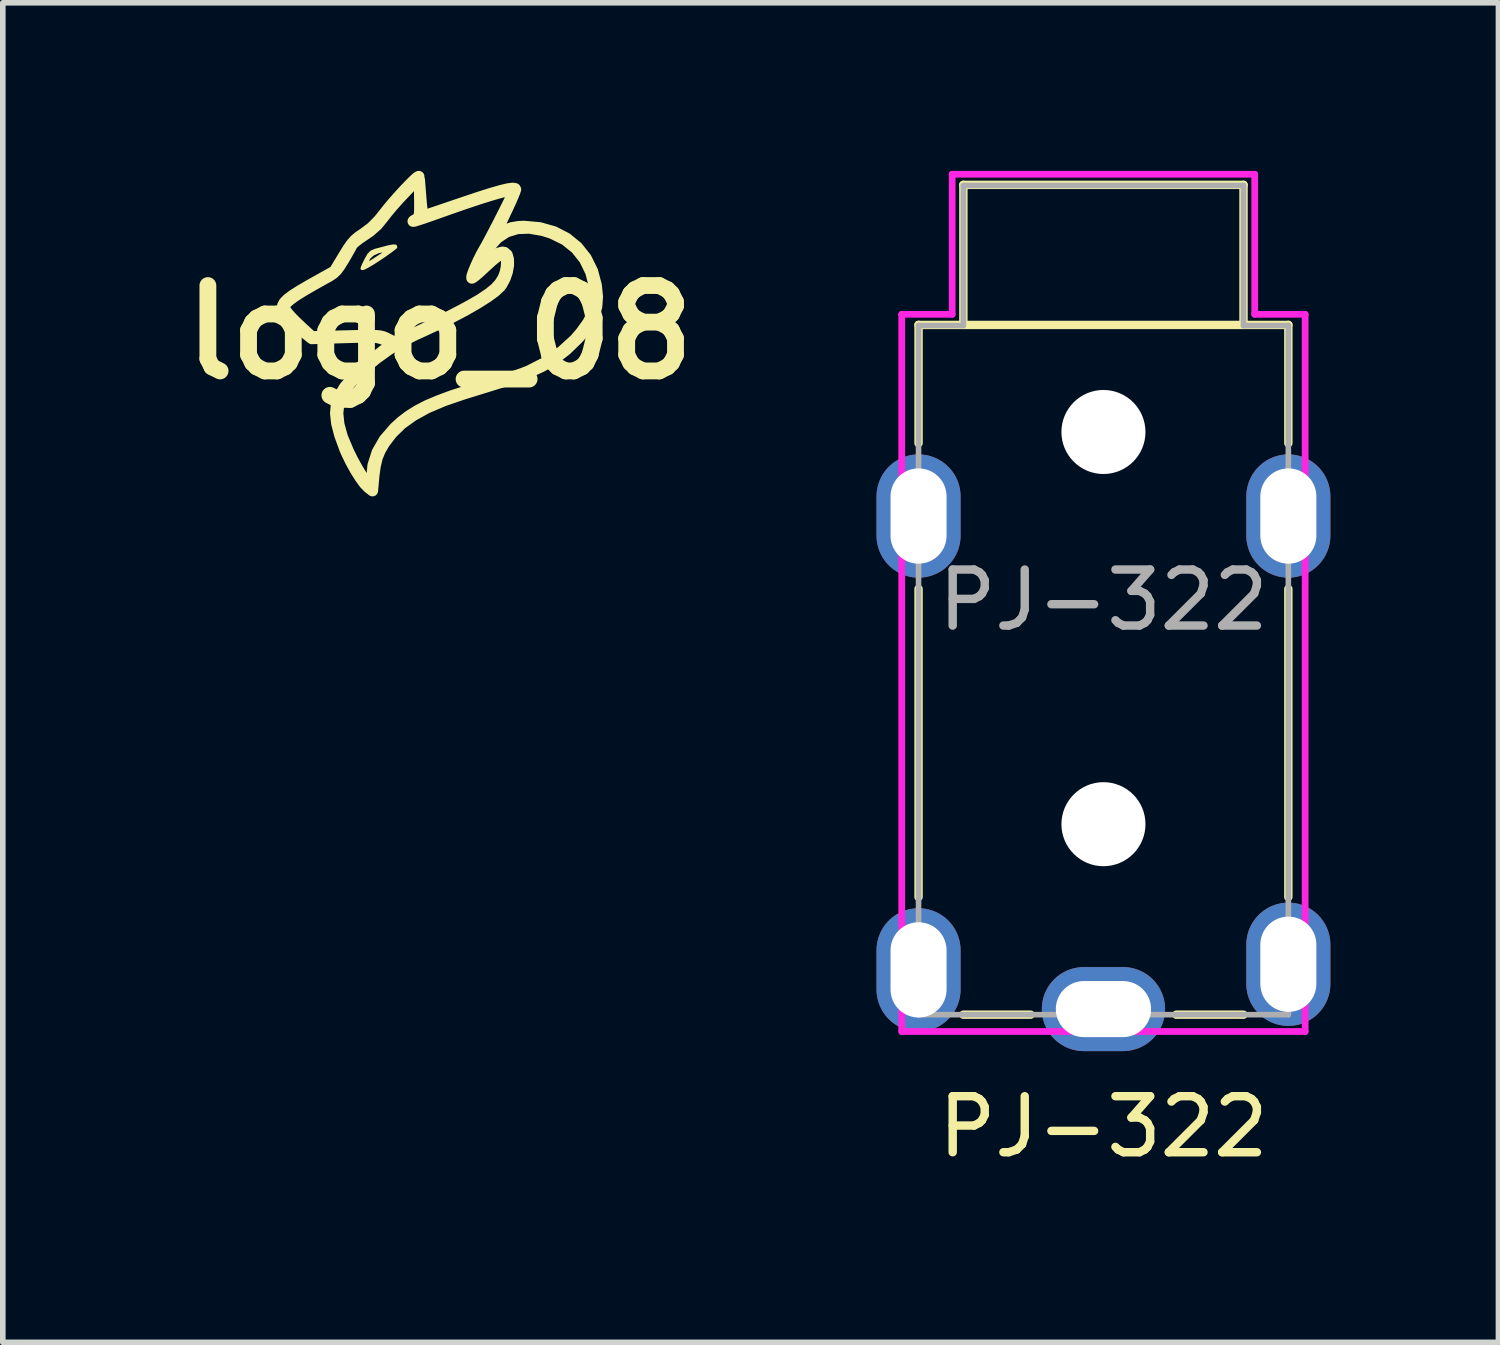
<source format=kicad_pcb>
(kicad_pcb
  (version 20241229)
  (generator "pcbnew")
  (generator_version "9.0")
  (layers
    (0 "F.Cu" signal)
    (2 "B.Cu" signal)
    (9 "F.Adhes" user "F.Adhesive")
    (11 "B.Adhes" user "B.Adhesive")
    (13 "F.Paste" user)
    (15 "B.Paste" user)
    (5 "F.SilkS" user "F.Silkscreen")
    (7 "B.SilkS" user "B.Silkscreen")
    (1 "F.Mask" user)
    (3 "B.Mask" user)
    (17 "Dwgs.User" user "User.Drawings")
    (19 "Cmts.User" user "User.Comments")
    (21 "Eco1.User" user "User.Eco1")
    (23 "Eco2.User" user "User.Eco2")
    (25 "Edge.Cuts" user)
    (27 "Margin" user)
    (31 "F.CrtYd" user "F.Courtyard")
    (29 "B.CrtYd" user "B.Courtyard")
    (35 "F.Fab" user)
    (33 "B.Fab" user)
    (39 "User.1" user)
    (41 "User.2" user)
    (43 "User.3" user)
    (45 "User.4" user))
  (footprint "logo_08"
    (layer "F.Cu")
    (at 4.797 2.881)
    (property "Reference" "logo_08" (at 0 0 0) (layer "F.SilkS") (effects (font (size 1.524 1.524) (thickness 0.3))))
    (attr through_hole)
    (fp_poly (pts (xy -0.791 -1.536) (xy -0.787 -1.519) (xy -0.793 -1.514) (xy -0.88 -1.447) (xy -0.983 -1.374) (xy -1.091 -1.301) (xy -1.194 -1.235) (xy -1.284 -1.182) (xy -1.349 -1.148) (xy -1.381 -1.139) (xy -1.383 -1.141) (xy -1.371 -1.174) (xy -1.341 -1.241) (xy -1.338 -1.246) (xy -1.298 -1.246) (xy -1.297 -1.229) (xy -1.289 -1.223) (xy -1.265 -1.232) (xy -1.217 -1.26) (xy -1.138 -1.311) (xy -1.034 -1.379) (xy -0.969 -1.429) (xy -0.956 -1.456) (xy -0.994 -1.462) (xy -1.082 -1.444) (xy -1.098 -1.44) (xy -1.197 -1.395) (xy -1.268 -1.328) (xy -1.298 -1.252) (xy -1.298 -1.246) (xy -1.338 -1.246) (xy -1.312 -1.298) (xy -1.264 -1.383) (xy -1.216 -1.432) (xy -1.15 -1.461) (xy -1.122 -1.468) (xy -1.02 -1.495) (xy -0.921 -1.521) (xy -0.905 -1.525) (xy -0.834 -1.538) (xy -0.791 -1.536)) (stroke (width 0.06) (type solid)) (fill yes) (layer "F.SilkS"))
    (fp_poly (pts (xy -0.372 -2.781) (xy -0.385 -2.756) (xy -0.432 -2.7) (xy -0.504 -2.618) (xy -0.596 -2.52) (xy -0.624 -2.491) (xy -0.737 -2.371) (xy -0.847 -2.247) (xy -0.942 -2.133) (xy -1.01 -2.045) (xy -1.011 -2.044) (xy -1.115 -1.916) (xy -1.241 -1.805) (xy -1.34 -1.737) (xy -1.436 -1.672) (xy -1.513 -1.612) (xy -1.559 -1.569) (xy -1.565 -1.558) (xy -1.587 -1.515) (xy -1.63 -1.438) (xy -1.687 -1.339) (xy -1.715 -1.291) (xy -1.785 -1.179) (xy -1.842 -1.103) (xy -1.903 -1.046) (xy -1.982 -0.995) (xy -2.032 -0.968) (xy -2.259 -0.841) (xy -2.439 -0.736) (xy -2.576 -0.65) (xy -2.672 -0.58) (xy -2.696 -0.56) (xy -2.754 -0.505) (xy -2.776 -0.467) (xy -2.767 -0.426) (xy -2.752 -0.396) (xy -2.714 -0.343) (xy -2.645 -0.266) (xy -2.556 -0.176) (xy -2.496 -0.119) (xy -2.281 0.079) (xy -1.67 0.064) (xy -1.468 0.059) (xy -1.314 0.056) (xy -1.2 0.056) (xy -1.117 0.06) (xy -1.056 0.067) (xy -1.01 0.078) (xy -0.968 0.095) (xy -0.936 0.111) (xy -0.813 0.173) (xy -0.541 0.055) (xy -0.368 -0.023) (xy -0.173 -0.115) (xy 0.03 -0.215) (xy 0.231 -0.317) (xy 0.419 -0.415) (xy 0.581 -0.504) (xy 0.706 -0.577) (xy 0.734 -0.594) (xy 0.885 -0.696) (xy 0.995 -0.786) (xy 1.074 -0.874) (xy 1.133 -0.969) (xy 1.134 -0.971) (xy 1.17 -1.067) (xy 1.191 -1.172) (xy 1.195 -1.272) (xy 1.182 -1.349) (xy 1.159 -1.382) (xy 1.122 -1.393) (xy 1.076 -1.382) (xy 1.014 -1.343) (xy 0.928 -1.273) (xy 0.812 -1.167) (xy 0.795 -1.151) (xy 0.707 -1.07) (xy 0.635 -1.008) (xy 0.588 -0.973) (xy 0.575 -0.968) (xy 0.576 -1.002) (xy 0.6 -1.073) (xy 0.639 -1.169) (xy 0.688 -1.278) (xy 0.743 -1.388) (xy 0.798 -1.486) (xy 0.799 -1.489) (xy 0.838 -1.556) (xy 0.891 -1.656) (xy 0.956 -1.779) (xy 1.028 -1.917) (xy 1.101 -2.06) (xy 1.171 -2.199) (xy 1.233 -2.324) (xy 1.283 -2.426) (xy 1.316 -2.497) (xy 1.326 -2.526) (xy 1.301 -2.537) (xy 1.224 -2.528) (xy 1.099 -2.499) (xy 0.927 -2.45) (xy 0.709 -2.382) (xy 0.448 -2.295) (xy 0.146 -2.19) (xy 0.054 -2.157) (xy -0.141 -2.088) (xy -0.287 -2.037) (xy -0.389 -2.004) (xy -0.449 -1.985) (xy -0.474 -1.982) (xy -0.466 -1.992) (xy -0.429 -2.013) (xy -0.423 -2.017) (xy -0.393 -2.035) (xy -0.374 -2.059) (xy -0.362 -2.097) (xy -0.357 -2.162) (xy -0.356 -2.264) (xy -0.357 -2.39) (xy -0.362 -2.723) (xy -0.338 -2.418) (xy -0.327 -2.292) (xy -0.316 -2.188) (xy -0.305 -2.118) (xy -0.299 -2.095) (xy -0.263 -2.092) (xy -0.199 -2.107) (xy -0.19 -2.11) (xy -0.136 -2.128) (xy -0.038 -2.161) (xy 0.094 -2.206) (xy 0.25 -2.259) (xy 0.419 -2.316) (xy 0.437 -2.322) (xy 0.705 -2.412) (xy 0.923 -2.481) (xy 1.094 -2.53) (xy 1.22 -2.56) (xy 1.303 -2.571) (xy 1.347 -2.564) (xy 1.355 -2.55) (xy 1.343 -2.512) (xy 1.311 -2.432) (xy 1.263 -2.322) (xy 1.203 -2.192) (xy 1.173 -2.13) (xy 1.111 -1.997) (xy 1.059 -1.885) (xy 1.021 -1.802) (xy 1.002 -1.756) (xy 1.001 -1.75) (xy 1.03 -1.761) (xy 1.094 -1.789) (xy 1.161 -1.82) (xy 1.283 -1.866) (xy 1.41 -1.887) (xy 1.506 -1.891) (xy 1.786 -1.866) (xy 2.041 -1.794) (xy 2.266 -1.678) (xy 2.458 -1.521) (xy 2.613 -1.325) (xy 2.727 -1.095) (xy 2.795 -0.839) (xy 2.816 -0.636) (xy 2.802 -0.455) (xy 2.749 -0.286) (xy 2.654 -0.118) (xy 2.513 0.06) (xy 2.456 0.122) (xy 2.263 0.309) (xy 2.057 0.469) (xy 1.83 0.606) (xy 1.57 0.727) (xy 1.268 0.839) (xy 1.157 0.874) (xy 0.975 0.931) (xy 0.771 0.994) (xy 0.571 1.056) (xy 0.419 1.103) (xy 0.072 1.222) (xy -0.224 1.348) (xy -0.473 1.485) (xy -0.682 1.635) (xy -0.854 1.803) (xy -0.988 1.98) (xy -1.063 2.109) (xy -1.116 2.238) (xy -1.151 2.385) (xy -1.176 2.567) (xy -1.179 2.606) (xy -1.199 2.828) (xy -1.276 2.768) (xy -1.343 2.698) (xy -1.423 2.588) (xy -1.508 2.452) (xy -1.591 2.3) (xy -1.665 2.147) (xy -1.692 2.084) (xy -1.782 1.837) (xy -1.837 1.627) (xy -1.857 1.445) (xy -1.857 1.441) (xy -1.82 1.441) (xy -1.799 1.643) (xy -1.736 1.87) (xy -1.628 2.126) (xy -1.554 2.276) (xy -1.467 2.434) (xy -1.387 2.566) (xy -1.318 2.665) (xy -1.265 2.723) (xy -1.238 2.738) (xy -1.223 2.713) (xy -1.214 2.65) (xy -1.214 2.629) (xy -1.189 2.373) (xy -1.114 2.137) (xy -0.987 1.917) (xy -0.806 1.707) (xy -0.682 1.594) (xy -0.548 1.492) (xy -0.398 1.398) (xy -0.226 1.309) (xy -0.024 1.223) (xy 0.213 1.135) (xy 0.493 1.044) (xy 0.821 0.945) (xy 0.822 0.945) (xy 1.006 0.89) (xy 1.187 0.833) (xy 1.352 0.778) (xy 1.488 0.73) (xy 1.581 0.694) (xy 1.895 0.535) (xy 2.175 0.345) (xy 2.411 0.13) (xy 2.52 0.004) (xy 2.645 -0.17) (xy 2.728 -0.326) (xy 2.772 -0.476) (xy 2.783 -0.636) (xy 2.766 -0.805) (xy 2.699 -1.07) (xy 2.587 -1.301) (xy 2.433 -1.495) (xy 2.237 -1.652) (xy 2.001 -1.768) (xy 1.844 -1.818) (xy 1.602 -1.86) (xy 1.387 -1.852) (xy 1.197 -1.794) (xy 1.032 -1.685) (xy 0.889 -1.526) (xy 0.779 -1.339) (xy 0.74 -1.255) (xy 0.716 -1.194) (xy 0.711 -1.17) (xy 0.736 -1.181) (xy 0.791 -1.221) (xy 0.848 -1.267) (xy 0.963 -1.359) (xy 1.05 -1.412) (xy 1.117 -1.43) (xy 1.157 -1.425) (xy 1.204 -1.383) (xy 1.227 -1.303) (xy 1.228 -1.198) (xy 1.207 -1.079) (xy 1.166 -0.96) (xy 1.108 -0.852) (xy 1.08 -0.815) (xy 0.991 -0.731) (xy 0.854 -0.631) (xy 0.674 -0.517) (xy 0.457 -0.392) (xy 0.206 -0.26) (xy -0.073 -0.122) (xy -0.374 0.017) (xy -0.437 0.045) (xy -0.669 0.162) (xy -0.902 0.305) (xy -1.127 0.466) (xy -1.334 0.638) (xy -1.515 0.813) (xy -1.658 0.983) (xy -1.736 1.103) (xy -1.799 1.263) (xy -1.82 1.441) (xy -1.857 1.441) (xy -1.841 1.283) (xy -1.788 1.131) (xy -1.697 0.98) (xy -1.566 0.823) (xy -1.56 0.816) (xy -1.45 0.706) (xy -1.312 0.579) (xy -1.162 0.451) (xy -1.018 0.334) (xy -0.902 0.249) (xy -0.833 0.203) (xy -0.973 0.139) (xy -1.023 0.118) (xy -1.07 0.103) (xy -1.123 0.092) (xy -1.191 0.086) (xy -1.284 0.085) (xy -1.41 0.086) (xy -1.578 0.091) (xy -1.698 0.094) (xy -2.282 0.112) (xy -2.376 0.037) (xy -2.495 -0.064) (xy -2.607 -0.169) (xy -2.701 -0.267) (xy -2.766 -0.347) (xy -2.783 -0.374) (xy -2.803 -0.427) (xy -2.801 -0.479) (xy -2.773 -0.532) (xy -2.714 -0.592) (xy -2.62 -0.663) (xy -2.487 -0.747) (xy -2.31 -0.85) (xy -2.187 -0.919) (xy -1.877 -1.092) (xy -1.711 -1.367) (xy -1.633 -1.494) (xy -1.569 -1.584) (xy -1.509 -1.651) (xy -1.439 -1.709) (xy -1.356 -1.765) (xy -1.213 -1.872) (xy -1.084 -2.004) (xy -1.001 -2.107) (xy -0.924 -2.205) (xy -0.833 -2.314) (xy -0.734 -2.426) (xy -0.634 -2.536) (xy -0.541 -2.633) (xy -0.462 -2.712) (xy -0.404 -2.764) (xy -0.374 -2.781) (xy -0.372 -2.781)) (stroke (width 0.2) (type solid)) (fill yes) (layer "F.SilkS")))
  (footprint "PJ-322"
    (layer "F.Cu")
    (at 16.644 8.26)
    (property "Reference" "PJ-322" (at 0 8.8 0) (layer "F.SilkS") (effects (font (size 1 1) (thickness 0.15))))
    (fp_line (start -3.3 -5.511) (end -3.3 -3.4) (stroke (width 0.15) (type solid)) (layer "F.SilkS"))
    (fp_line (start -3.3 -5.511) (end 3.3 -5.511) (stroke (width 0.15) (type solid)) (layer "F.SilkS"))
    (fp_line (start -3.3 -0.8) (end -3.3 4.7) (stroke (width 0.15) (type solid)) (layer "F.SilkS"))
    (fp_line (start -2.5 -5.511) (end -2.5 -8.011) (stroke (width 0.15) (type solid)) (layer "F.SilkS"))
    (fp_line (start -2.5 6.8) (end -1.3 6.8) (stroke (width 0.15) (type solid)) (layer "F.SilkS"))
    (fp_line (start 2.5 -8.011) (end -2.5 -8.011) (stroke (width 0.15) (type solid)) (layer "F.SilkS"))
    (fp_line (start 2.5 -5.511) (end 2.5 -8.011) (stroke (width 0.15) (type solid)) (layer "F.SilkS"))
    (fp_line (start 2.5 6.8) (end 1.3 6.8) (stroke (width 0.15) (type solid)) (layer "F.SilkS"))
    (fp_line (start 3.3 -5.511) (end 3.3 -3.4) (stroke (width 0.15) (type solid)) (layer "F.SilkS"))
    (fp_line (start 3.3 -0.8) (end 3.3 4.7) (stroke (width 0.15) (type solid)) (layer "F.SilkS"))
    (fp_line (start -3.6 -5.7) (end -2.7 -5.7) (stroke (width 0.12) (type solid)) (layer "F.CrtYd"))
    (fp_line (start -3.6 7.1) (end -3.6 -5.7) (stroke (width 0.12) (type solid)) (layer "F.CrtYd"))
    (fp_line (start -2.7 -8.2) (end 2.7 -8.2) (stroke (width 0.12) (type solid)) (layer "F.CrtYd"))
    (fp_line (start -2.7 -5.7) (end -2.7 -8.2) (stroke (width 0.12) (type solid)) (layer "F.CrtYd"))
    (fp_line (start 2.7 -8.2) (end 2.7 -5.7) (stroke (width 0.12) (type solid)) (layer "F.CrtYd"))
    (fp_line (start 2.7 -5.7) (end 3.6 -5.7) (stroke (width 0.12) (type solid)) (layer "F.CrtYd"))
    (fp_line (start 3.6 -5.7) (end 3.6 7.1) (stroke (width 0.12) (type solid)) (layer "F.CrtYd"))
    (fp_line (start 3.6 7.1) (end -3.6 7.1) (stroke (width 0.12) (type solid)) (layer "F.CrtYd"))
    (fp_line (start -3.3 6.8) (end -3.3 -5.5) (stroke (width 0.1) (type solid)) (layer "F.Fab"))
    (fp_line (start -2.5 -8) (end -2.5 -5.5) (stroke (width 0.1) (type solid)) (layer "F.Fab"))
    (fp_line (start -2.5 -5.5) (end -3.3 -5.5) (stroke (width 0.1) (type solid)) (layer "F.Fab"))
    (fp_line (start 2.5 -8) (end -2.5 -8) (stroke (width 0.1) (type solid)) (layer "F.Fab"))
    (fp_line (start 2.5 -5.5) (end 2.5 -8) (stroke (width 0.1) (type solid)) (layer "F.Fab"))
    (fp_line (start 2.5 -5.5) (end 3.3 -5.5) (stroke (width 0.1) (type solid)) (layer "F.Fab"))
    (fp_line (start 3.3 -5.5) (end 3.3 6.8) (stroke (width 0.1) (type solid)) (layer "F.Fab"))
    (fp_line (start 3.3 6.8) (end -3.3 6.8) (stroke (width 0.1) (type solid)) (layer "F.Fab"))
    (fp_text user "${REFERENCE}" (at 0 -0.6 0) (layer "F.Fab") (effects (font (size 1 1) (thickness 0.15))))
    (pad "" np_thru_hole circle (at 0 -3.6) (size 1.5 1.5) (drill 1.5) (layers "*.Cu" "*.Mask"))
    (pad "" np_thru_hole circle (at 0 3.4) (size 1.5 1.5) (drill 1.5) (layers "*.Cu" "*.Mask"))
    (pad "R1" thru_hole oval (at -3.3 6 90) (size 2.2 1.5) (drill oval 1.7 1) (layers "*.Cu" "*.Mask"))
    (pad "R2" thru_hole oval (at 3.3 5.9 90) (size 2.2 1.5) (drill oval 1.7 1) (layers "*.Cu" "*.Mask"))
    (pad "S" thru_hole oval (at 0 6.7) (size 2.2 1.5) (drill oval 1.7 1) (layers "*.Cu" "*.Mask"))
    (pad "T" thru_hole oval (at -3.3 -2.1 90) (size 2.2 1.5) (drill oval 1.7 1) (layers "*.Cu" "*.Mask"))
    (pad "T" thru_hole oval (at 3.3 -2.1 90) (size 2.2 1.5) (drill oval 1.7 1) (layers "*.Cu" "*.Mask")))
  (gr_rect
    (start -3 -3)
    (end 23.694 20.908)
    (stroke (width 0.1) (type default))
    (fill no)
    (layer "Edge.Cuts")))
</source>
